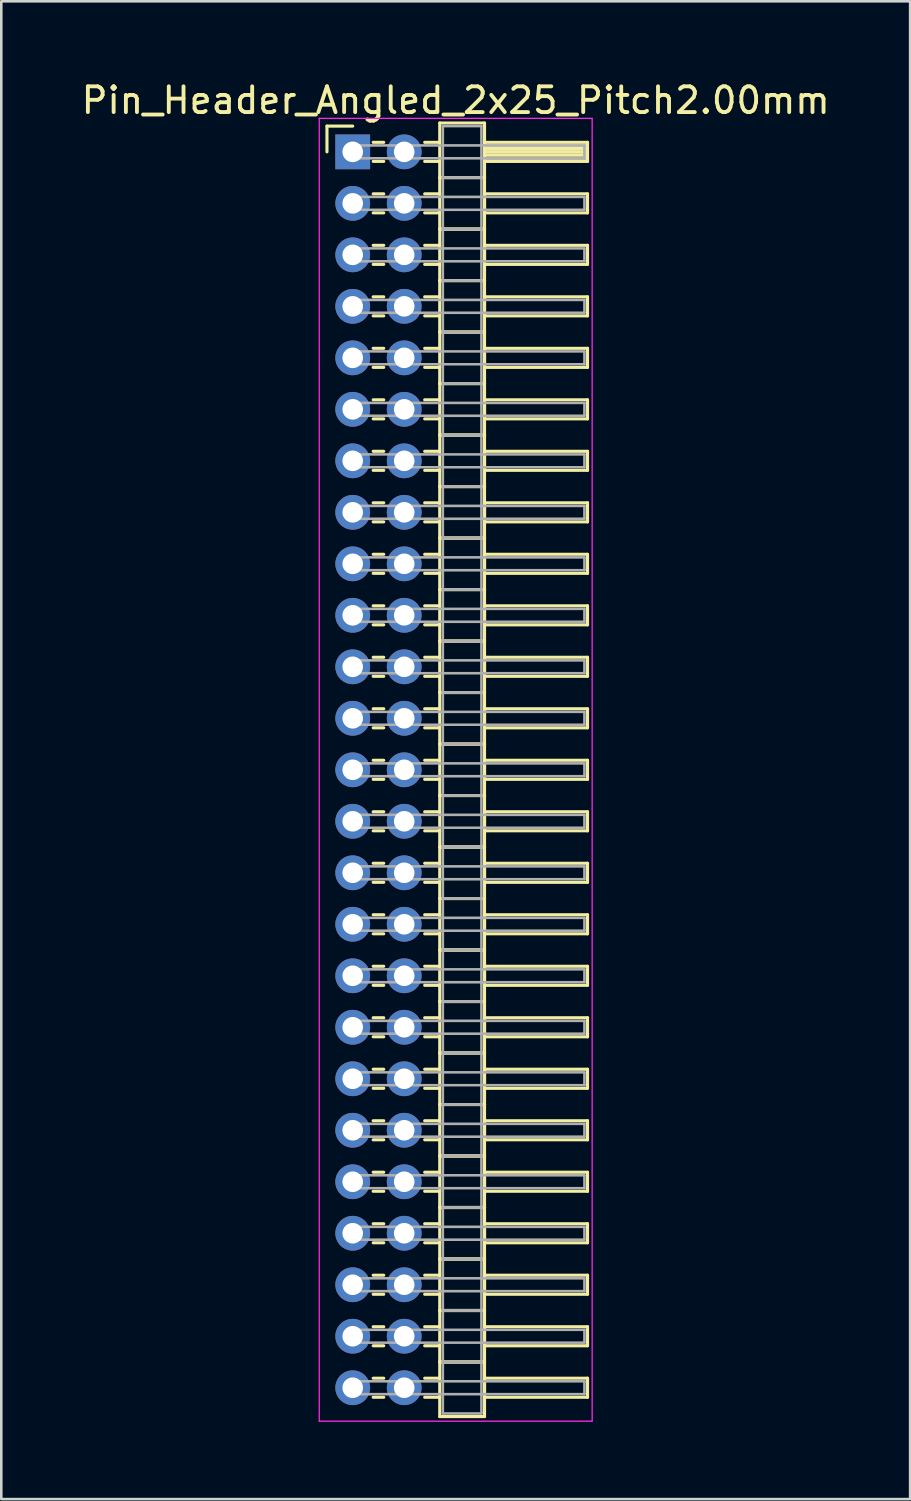
<source format=kicad_pcb>
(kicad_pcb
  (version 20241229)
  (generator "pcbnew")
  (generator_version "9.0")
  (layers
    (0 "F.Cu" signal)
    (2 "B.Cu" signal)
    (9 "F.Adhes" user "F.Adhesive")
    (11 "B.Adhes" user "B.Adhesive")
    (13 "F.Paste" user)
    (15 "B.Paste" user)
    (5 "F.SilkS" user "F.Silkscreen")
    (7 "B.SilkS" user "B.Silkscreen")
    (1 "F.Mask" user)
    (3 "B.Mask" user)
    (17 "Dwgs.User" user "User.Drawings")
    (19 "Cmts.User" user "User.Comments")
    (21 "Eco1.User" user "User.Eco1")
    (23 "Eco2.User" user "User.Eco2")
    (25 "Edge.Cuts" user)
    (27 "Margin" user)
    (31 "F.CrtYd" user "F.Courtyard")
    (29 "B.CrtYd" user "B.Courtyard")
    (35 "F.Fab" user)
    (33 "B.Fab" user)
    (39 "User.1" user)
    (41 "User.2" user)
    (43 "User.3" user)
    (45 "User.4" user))
  (footprint "Pin_Header_Angled_2x25_Pitch2.00mm"
    (layer "F.Cu")
    (at 10.649 2.848)
    (property "Reference" "Pin_Header_Angled_2x25_Pitch2.00mm" (at 4 -2 0) (layer "F.SilkS") (effects (font (size 1 1) (thickness 0.15))))
    (attr through_hole)
    (fp_line (start -1 -1) (end 0 -1) (stroke (width 0.12) (type solid)) (layer "F.SilkS"))
    (fp_line (start -1 0) (end -1 -1) (stroke (width 0.12) (type solid)) (layer "F.SilkS"))
    (fp_line (start 0.795 -0.37) (end 1.205 -0.37) (stroke (width 0.12) (type solid)) (layer "F.SilkS"))
    (fp_line (start 0.795 0.37) (end 1.205 0.37) (stroke (width 0.12) (type solid)) (layer "F.SilkS"))
    (fp_line (start 0.795 1.63) (end 1.205 1.63) (stroke (width 0.12) (type solid)) (layer "F.SilkS"))
    (fp_line (start 0.795 2.37) (end 1.205 2.37) (stroke (width 0.12) (type solid)) (layer "F.SilkS"))
    (fp_line (start 0.795 3.63) (end 1.205 3.63) (stroke (width 0.12) (type solid)) (layer "F.SilkS"))
    (fp_line (start 0.795 4.37) (end 1.205 4.37) (stroke (width 0.12) (type solid)) (layer "F.SilkS"))
    (fp_line (start 0.795 5.63) (end 1.205 5.63) (stroke (width 0.12) (type solid)) (layer "F.SilkS"))
    (fp_line (start 0.795 6.37) (end 1.205 6.37) (stroke (width 0.12) (type solid)) (layer "F.SilkS"))
    (fp_line (start 0.795 7.63) (end 1.205 7.63) (stroke (width 0.12) (type solid)) (layer "F.SilkS"))
    (fp_line (start 0.795 8.37) (end 1.205 8.37) (stroke (width 0.12) (type solid)) (layer "F.SilkS"))
    (fp_line (start 0.795 9.63) (end 1.205 9.63) (stroke (width 0.12) (type solid)) (layer "F.SilkS"))
    (fp_line (start 0.795 10.37) (end 1.205 10.37) (stroke (width 0.12) (type solid)) (layer "F.SilkS"))
    (fp_line (start 0.795 11.63) (end 1.205 11.63) (stroke (width 0.12) (type solid)) (layer "F.SilkS"))
    (fp_line (start 0.795 12.37) (end 1.205 12.37) (stroke (width 0.12) (type solid)) (layer "F.SilkS"))
    (fp_line (start 0.795 13.63) (end 1.205 13.63) (stroke (width 0.12) (type solid)) (layer "F.SilkS"))
    (fp_line (start 0.795 14.37) (end 1.205 14.37) (stroke (width 0.12) (type solid)) (layer "F.SilkS"))
    (fp_line (start 0.795 15.63) (end 1.205 15.63) (stroke (width 0.12) (type solid)) (layer "F.SilkS"))
    (fp_line (start 0.795 16.37) (end 1.205 16.37) (stroke (width 0.12) (type solid)) (layer "F.SilkS"))
    (fp_line (start 0.795 17.63) (end 1.205 17.63) (stroke (width 0.12) (type solid)) (layer "F.SilkS"))
    (fp_line (start 0.795 18.37) (end 1.205 18.37) (stroke (width 0.12) (type solid)) (layer "F.SilkS"))
    (fp_line (start 0.795 19.63) (end 1.205 19.63) (stroke (width 0.12) (type solid)) (layer "F.SilkS"))
    (fp_line (start 0.795 20.37) (end 1.205 20.37) (stroke (width 0.12) (type solid)) (layer "F.SilkS"))
    (fp_line (start 0.795 21.63) (end 1.205 21.63) (stroke (width 0.12) (type solid)) (layer "F.SilkS"))
    (fp_line (start 0.795 22.37) (end 1.205 22.37) (stroke (width 0.12) (type solid)) (layer "F.SilkS"))
    (fp_line (start 0.795 23.63) (end 1.205 23.63) (stroke (width 0.12) (type solid)) (layer "F.SilkS"))
    (fp_line (start 0.795 24.37) (end 1.205 24.37) (stroke (width 0.12) (type solid)) (layer "F.SilkS"))
    (fp_line (start 0.795 25.63) (end 1.205 25.63) (stroke (width 0.12) (type solid)) (layer "F.SilkS"))
    (fp_line (start 0.795 26.37) (end 1.205 26.37) (stroke (width 0.12) (type solid)) (layer "F.SilkS"))
    (fp_line (start 0.795 27.63) (end 1.205 27.63) (stroke (width 0.12) (type solid)) (layer "F.SilkS"))
    (fp_line (start 0.795 28.37) (end 1.205 28.37) (stroke (width 0.12) (type solid)) (layer "F.SilkS"))
    (fp_line (start 0.795 29.63) (end 1.205 29.63) (stroke (width 0.12) (type solid)) (layer "F.SilkS"))
    (fp_line (start 0.795 30.37) (end 1.205 30.37) (stroke (width 0.12) (type solid)) (layer "F.SilkS"))
    (fp_line (start 0.795 31.63) (end 1.205 31.63) (stroke (width 0.12) (type solid)) (layer "F.SilkS"))
    (fp_line (start 0.795 32.37) (end 1.205 32.37) (stroke (width 0.12) (type solid)) (layer "F.SilkS"))
    (fp_line (start 0.795 33.63) (end 1.205 33.63) (stroke (width 0.12) (type solid)) (layer "F.SilkS"))
    (fp_line (start 0.795 34.37) (end 1.205 34.37) (stroke (width 0.12) (type solid)) (layer "F.SilkS"))
    (fp_line (start 0.795 35.63) (end 1.205 35.63) (stroke (width 0.12) (type solid)) (layer "F.SilkS"))
    (fp_line (start 0.795 36.37) (end 1.205 36.37) (stroke (width 0.12) (type solid)) (layer "F.SilkS"))
    (fp_line (start 0.795 37.63) (end 1.205 37.63) (stroke (width 0.12) (type solid)) (layer "F.SilkS"))
    (fp_line (start 0.795 38.37) (end 1.205 38.37) (stroke (width 0.12) (type solid)) (layer "F.SilkS"))
    (fp_line (start 0.795 39.63) (end 1.205 39.63) (stroke (width 0.12) (type solid)) (layer "F.SilkS"))
    (fp_line (start 0.795 40.37) (end 1.205 40.37) (stroke (width 0.12) (type solid)) (layer "F.SilkS"))
    (fp_line (start 0.795 41.63) (end 1.205 41.63) (stroke (width 0.12) (type solid)) (layer "F.SilkS"))
    (fp_line (start 0.795 42.37) (end 1.205 42.37) (stroke (width 0.12) (type solid)) (layer "F.SilkS"))
    (fp_line (start 0.795 43.63) (end 1.205 43.63) (stroke (width 0.12) (type solid)) (layer "F.SilkS"))
    (fp_line (start 0.795 44.37) (end 1.205 44.37) (stroke (width 0.12) (type solid)) (layer "F.SilkS"))
    (fp_line (start 0.795 45.63) (end 1.205 45.63) (stroke (width 0.12) (type solid)) (layer "F.SilkS"))
    (fp_line (start 0.795 46.37) (end 1.205 46.37) (stroke (width 0.12) (type solid)) (layer "F.SilkS"))
    (fp_line (start 0.795 47.63) (end 1.205 47.63) (stroke (width 0.12) (type solid)) (layer "F.SilkS"))
    (fp_line (start 0.795 48.37) (end 1.205 48.37) (stroke (width 0.12) (type solid)) (layer "F.SilkS"))
    (fp_line (start 2.795 -0.37) (end 3.38 -0.37) (stroke (width 0.12) (type solid)) (layer "F.SilkS"))
    (fp_line (start 2.795 0.37) (end 3.38 0.37) (stroke (width 0.12) (type solid)) (layer "F.SilkS"))
    (fp_line (start 2.795 1.63) (end 3.38 1.63) (stroke (width 0.12) (type solid)) (layer "F.SilkS"))
    (fp_line (start 2.795 2.37) (end 3.38 2.37) (stroke (width 0.12) (type solid)) (layer "F.SilkS"))
    (fp_line (start 2.795 3.63) (end 3.38 3.63) (stroke (width 0.12) (type solid)) (layer "F.SilkS"))
    (fp_line (start 2.795 4.37) (end 3.38 4.37) (stroke (width 0.12) (type solid)) (layer "F.SilkS"))
    (fp_line (start 2.795 5.63) (end 3.38 5.63) (stroke (width 0.12) (type solid)) (layer "F.SilkS"))
    (fp_line (start 2.795 6.37) (end 3.38 6.37) (stroke (width 0.12) (type solid)) (layer "F.SilkS"))
    (fp_line (start 2.795 7.63) (end 3.38 7.63) (stroke (width 0.12) (type solid)) (layer "F.SilkS"))
    (fp_line (start 2.795 8.37) (end 3.38 8.37) (stroke (width 0.12) (type solid)) (layer "F.SilkS"))
    (fp_line (start 2.795 9.63) (end 3.38 9.63) (stroke (width 0.12) (type solid)) (layer "F.SilkS"))
    (fp_line (start 2.795 10.37) (end 3.38 10.37) (stroke (width 0.12) (type solid)) (layer "F.SilkS"))
    (fp_line (start 2.795 11.63) (end 3.38 11.63) (stroke (width 0.12) (type solid)) (layer "F.SilkS"))
    (fp_line (start 2.795 12.37) (end 3.38 12.37) (stroke (width 0.12) (type solid)) (layer "F.SilkS"))
    (fp_line (start 2.795 13.63) (end 3.38 13.63) (stroke (width 0.12) (type solid)) (layer "F.SilkS"))
    (fp_line (start 2.795 14.37) (end 3.38 14.37) (stroke (width 0.12) (type solid)) (layer "F.SilkS"))
    (fp_line (start 2.795 15.63) (end 3.38 15.63) (stroke (width 0.12) (type solid)) (layer "F.SilkS"))
    (fp_line (start 2.795 16.37) (end 3.38 16.37) (stroke (width 0.12) (type solid)) (layer "F.SilkS"))
    (fp_line (start 2.795 17.63) (end 3.38 17.63) (stroke (width 0.12) (type solid)) (layer "F.SilkS"))
    (fp_line (start 2.795 18.37) (end 3.38 18.37) (stroke (width 0.12) (type solid)) (layer "F.SilkS"))
    (fp_line (start 2.795 19.63) (end 3.38 19.63) (stroke (width 0.12) (type solid)) (layer "F.SilkS"))
    (fp_line (start 2.795 20.37) (end 3.38 20.37) (stroke (width 0.12) (type solid)) (layer "F.SilkS"))
    (fp_line (start 2.795 21.63) (end 3.38 21.63) (stroke (width 0.12) (type solid)) (layer "F.SilkS"))
    (fp_line (start 2.795 22.37) (end 3.38 22.37) (stroke (width 0.12) (type solid)) (layer "F.SilkS"))
    (fp_line (start 2.795 23.63) (end 3.38 23.63) (stroke (width 0.12) (type solid)) (layer "F.SilkS"))
    (fp_line (start 2.795 24.37) (end 3.38 24.37) (stroke (width 0.12) (type solid)) (layer "F.SilkS"))
    (fp_line (start 2.795 25.63) (end 3.38 25.63) (stroke (width 0.12) (type solid)) (layer "F.SilkS"))
    (fp_line (start 2.795 26.37) (end 3.38 26.37) (stroke (width 0.12) (type solid)) (layer "F.SilkS"))
    (fp_line (start 2.795 27.63) (end 3.38 27.63) (stroke (width 0.12) (type solid)) (layer "F.SilkS"))
    (fp_line (start 2.795 28.37) (end 3.38 28.37) (stroke (width 0.12) (type solid)) (layer "F.SilkS"))
    (fp_line (start 2.795 29.63) (end 3.38 29.63) (stroke (width 0.12) (type solid)) (layer "F.SilkS"))
    (fp_line (start 2.795 30.37) (end 3.38 30.37) (stroke (width 0.12) (type solid)) (layer "F.SilkS"))
    (fp_line (start 2.795 31.63) (end 3.38 31.63) (stroke (width 0.12) (type solid)) (layer "F.SilkS"))
    (fp_line (start 2.795 32.37) (end 3.38 32.37) (stroke (width 0.12) (type solid)) (layer "F.SilkS"))
    (fp_line (start 2.795 33.63) (end 3.38 33.63) (stroke (width 0.12) (type solid)) (layer "F.SilkS"))
    (fp_line (start 2.795 34.37) (end 3.38 34.37) (stroke (width 0.12) (type solid)) (layer "F.SilkS"))
    (fp_line (start 2.795 35.63) (end 3.38 35.63) (stroke (width 0.12) (type solid)) (layer "F.SilkS"))
    (fp_line (start 2.795 36.37) (end 3.38 36.37) (stroke (width 0.12) (type solid)) (layer "F.SilkS"))
    (fp_line (start 2.795 37.63) (end 3.38 37.63) (stroke (width 0.12) (type solid)) (layer "F.SilkS"))
    (fp_line (start 2.795 38.37) (end 3.38 38.37) (stroke (width 0.12) (type solid)) (layer "F.SilkS"))
    (fp_line (start 2.795 39.63) (end 3.38 39.63) (stroke (width 0.12) (type solid)) (layer "F.SilkS"))
    (fp_line (start 2.795 40.37) (end 3.38 40.37) (stroke (width 0.12) (type solid)) (layer "F.SilkS"))
    (fp_line (start 2.795 41.63) (end 3.38 41.63) (stroke (width 0.12) (type solid)) (layer "F.SilkS"))
    (fp_line (start 2.795 42.37) (end 3.38 42.37) (stroke (width 0.12) (type solid)) (layer "F.SilkS"))
    (fp_line (start 2.795 43.63) (end 3.38 43.63) (stroke (width 0.12) (type solid)) (layer "F.SilkS"))
    (fp_line (start 2.795 44.37) (end 3.38 44.37) (stroke (width 0.12) (type solid)) (layer "F.SilkS"))
    (fp_line (start 2.795 45.63) (end 3.38 45.63) (stroke (width 0.12) (type solid)) (layer "F.SilkS"))
    (fp_line (start 2.795 46.37) (end 3.38 46.37) (stroke (width 0.12) (type solid)) (layer "F.SilkS"))
    (fp_line (start 2.795 47.63) (end 3.38 47.63) (stroke (width 0.12) (type solid)) (layer "F.SilkS"))
    (fp_line (start 2.795 48.37) (end 3.38 48.37) (stroke (width 0.12) (type solid)) (layer "F.SilkS"))
    (fp_line (start 3.38 -1.12) (end 3.38 1) (stroke (width 0.12) (type solid)) (layer "F.SilkS"))
    (fp_line (start 3.38 1) (end 3.38 3) (stroke (width 0.12) (type solid)) (layer "F.SilkS"))
    (fp_line (start 3.38 1) (end 5.12 1) (stroke (width 0.12) (type solid)) (layer "F.SilkS"))
    (fp_line (start 3.38 3) (end 3.38 5) (stroke (width 0.12) (type solid)) (layer "F.SilkS"))
    (fp_line (start 3.38 3) (end 5.12 3) (stroke (width 0.12) (type solid)) (layer "F.SilkS"))
    (fp_line (start 3.38 5) (end 3.38 7) (stroke (width 0.12) (type solid)) (layer "F.SilkS"))
    (fp_line (start 3.38 5) (end 5.12 5) (stroke (width 0.12) (type solid)) (layer "F.SilkS"))
    (fp_line (start 3.38 7) (end 3.38 9) (stroke (width 0.12) (type solid)) (layer "F.SilkS"))
    (fp_line (start 3.38 7) (end 5.12 7) (stroke (width 0.12) (type solid)) (layer "F.SilkS"))
    (fp_line (start 3.38 9) (end 3.38 11) (stroke (width 0.12) (type solid)) (layer "F.SilkS"))
    (fp_line (start 3.38 9) (end 5.12 9) (stroke (width 0.12) (type solid)) (layer "F.SilkS"))
    (fp_line (start 3.38 11) (end 3.38 13) (stroke (width 0.12) (type solid)) (layer "F.SilkS"))
    (fp_line (start 3.38 11) (end 5.12 11) (stroke (width 0.12) (type solid)) (layer "F.SilkS"))
    (fp_line (start 3.38 13) (end 3.38 15) (stroke (width 0.12) (type solid)) (layer "F.SilkS"))
    (fp_line (start 3.38 13) (end 5.12 13) (stroke (width 0.12) (type solid)) (layer "F.SilkS"))
    (fp_line (start 3.38 15) (end 3.38 17) (stroke (width 0.12) (type solid)) (layer "F.SilkS"))
    (fp_line (start 3.38 15) (end 5.12 15) (stroke (width 0.12) (type solid)) (layer "F.SilkS"))
    (fp_line (start 3.38 17) (end 3.38 19) (stroke (width 0.12) (type solid)) (layer "F.SilkS"))
    (fp_line (start 3.38 17) (end 5.12 17) (stroke (width 0.12) (type solid)) (layer "F.SilkS"))
    (fp_line (start 3.38 19) (end 3.38 21) (stroke (width 0.12) (type solid)) (layer "F.SilkS"))
    (fp_line (start 3.38 19) (end 5.12 19) (stroke (width 0.12) (type solid)) (layer "F.SilkS"))
    (fp_line (start 3.38 21) (end 3.38 23) (stroke (width 0.12) (type solid)) (layer "F.SilkS"))
    (fp_line (start 3.38 21) (end 5.12 21) (stroke (width 0.12) (type solid)) (layer "F.SilkS"))
    (fp_line (start 3.38 23) (end 3.38 25) (stroke (width 0.12) (type solid)) (layer "F.SilkS"))
    (fp_line (start 3.38 23) (end 5.12 23) (stroke (width 0.12) (type solid)) (layer "F.SilkS"))
    (fp_line (start 3.38 25) (end 3.38 27) (stroke (width 0.12) (type solid)) (layer "F.SilkS"))
    (fp_line (start 3.38 25) (end 5.12 25) (stroke (width 0.12) (type solid)) (layer "F.SilkS"))
    (fp_line (start 3.38 27) (end 3.38 29) (stroke (width 0.12) (type solid)) (layer "F.SilkS"))
    (fp_line (start 3.38 27) (end 5.12 27) (stroke (width 0.12) (type solid)) (layer "F.SilkS"))
    (fp_line (start 3.38 29) (end 3.38 31) (stroke (width 0.12) (type solid)) (layer "F.SilkS"))
    (fp_line (start 3.38 29) (end 5.12 29) (stroke (width 0.12) (type solid)) (layer "F.SilkS"))
    (fp_line (start 3.38 31) (end 3.38 33) (stroke (width 0.12) (type solid)) (layer "F.SilkS"))
    (fp_line (start 3.38 31) (end 5.12 31) (stroke (width 0.12) (type solid)) (layer "F.SilkS"))
    (fp_line (start 3.38 33) (end 3.38 35) (stroke (width 0.12) (type solid)) (layer "F.SilkS"))
    (fp_line (start 3.38 33) (end 5.12 33) (stroke (width 0.12) (type solid)) (layer "F.SilkS"))
    (fp_line (start 3.38 35) (end 3.38 37) (stroke (width 0.12) (type solid)) (layer "F.SilkS"))
    (fp_line (start 3.38 35) (end 5.12 35) (stroke (width 0.12) (type solid)) (layer "F.SilkS"))
    (fp_line (start 3.38 37) (end 3.38 39) (stroke (width 0.12) (type solid)) (layer "F.SilkS"))
    (fp_line (start 3.38 37) (end 5.12 37) (stroke (width 0.12) (type solid)) (layer "F.SilkS"))
    (fp_line (start 3.38 39) (end 3.38 41) (stroke (width 0.12) (type solid)) (layer "F.SilkS"))
    (fp_line (start 3.38 39) (end 5.12 39) (stroke (width 0.12) (type solid)) (layer "F.SilkS"))
    (fp_line (start 3.38 41) (end 3.38 43) (stroke (width 0.12) (type solid)) (layer "F.SilkS"))
    (fp_line (start 3.38 41) (end 5.12 41) (stroke (width 0.12) (type solid)) (layer "F.SilkS"))
    (fp_line (start 3.38 43) (end 3.38 45) (stroke (width 0.12) (type solid)) (layer "F.SilkS"))
    (fp_line (start 3.38 43) (end 5.12 43) (stroke (width 0.12) (type solid)) (layer "F.SilkS"))
    (fp_line (start 3.38 45) (end 3.38 47) (stroke (width 0.12) (type solid)) (layer "F.SilkS"))
    (fp_line (start 3.38 45) (end 5.12 45) (stroke (width 0.12) (type solid)) (layer "F.SilkS"))
    (fp_line (start 3.38 47) (end 3.38 49.12) (stroke (width 0.12) (type solid)) (layer "F.SilkS"))
    (fp_line (start 3.38 47) (end 5.12 47) (stroke (width 0.12) (type solid)) (layer "F.SilkS"))
    (fp_line (start 3.38 49.12) (end 5.12 49.12) (stroke (width 0.12) (type solid)) (layer "F.SilkS"))
    (fp_line (start 5.12 -1.12) (end 3.38 -1.12) (stroke (width 0.12) (type solid)) (layer "F.SilkS"))
    (fp_line (start 5.12 -0.37) (end 5.12 0.37) (stroke (width 0.12) (type solid)) (layer "F.SilkS"))
    (fp_line (start 5.12 -0.25) (end 9.12 -0.25) (stroke (width 0.12) (type solid)) (layer "F.SilkS"))
    (fp_line (start 5.12 -0.13) (end 9.12 -0.13) (stroke (width 0.12) (type solid)) (layer "F.SilkS"))
    (fp_line (start 5.12 -0.01) (end 9.12 -0.01) (stroke (width 0.12) (type solid)) (layer "F.SilkS"))
    (fp_line (start 5.12 0.11) (end 9.12 0.11) (stroke (width 0.12) (type solid)) (layer "F.SilkS"))
    (fp_line (start 5.12 0.23) (end 9.12 0.23) (stroke (width 0.12) (type solid)) (layer "F.SilkS"))
    (fp_line (start 5.12 0.35) (end 9.12 0.35) (stroke (width 0.12) (type solid)) (layer "F.SilkS"))
    (fp_line (start 5.12 0.37) (end 9.12 0.37) (stroke (width 0.12) (type solid)) (layer "F.SilkS"))
    (fp_line (start 5.12 1) (end 3.38 1) (stroke (width 0.12) (type solid)) (layer "F.SilkS"))
    (fp_line (start 5.12 1) (end 5.12 -1.12) (stroke (width 0.12) (type solid)) (layer "F.SilkS"))
    (fp_line (start 5.12 1.63) (end 5.12 2.37) (stroke (width 0.12) (type solid)) (layer "F.SilkS"))
    (fp_line (start 5.12 2.37) (end 9.12 2.37) (stroke (width 0.12) (type solid)) (layer "F.SilkS"))
    (fp_line (start 5.12 3) (end 3.38 3) (stroke (width 0.12) (type solid)) (layer "F.SilkS"))
    (fp_line (start 5.12 3) (end 5.12 1) (stroke (width 0.12) (type solid)) (layer "F.SilkS"))
    (fp_line (start 5.12 3.63) (end 5.12 4.37) (stroke (width 0.12) (type solid)) (layer "F.SilkS"))
    (fp_line (start 5.12 4.37) (end 9.12 4.37) (stroke (width 0.12) (type solid)) (layer "F.SilkS"))
    (fp_line (start 5.12 5) (end 3.38 5) (stroke (width 0.12) (type solid)) (layer "F.SilkS"))
    (fp_line (start 5.12 5) (end 5.12 3) (stroke (width 0.12) (type solid)) (layer "F.SilkS"))
    (fp_line (start 5.12 5.63) (end 5.12 6.37) (stroke (width 0.12) (type solid)) (layer "F.SilkS"))
    (fp_line (start 5.12 6.37) (end 9.12 6.37) (stroke (width 0.12) (type solid)) (layer "F.SilkS"))
    (fp_line (start 5.12 7) (end 3.38 7) (stroke (width 0.12) (type solid)) (layer "F.SilkS"))
    (fp_line (start 5.12 7) (end 5.12 5) (stroke (width 0.12) (type solid)) (layer "F.SilkS"))
    (fp_line (start 5.12 7.63) (end 5.12 8.37) (stroke (width 0.12) (type solid)) (layer "F.SilkS"))
    (fp_line (start 5.12 8.37) (end 9.12 8.37) (stroke (width 0.12) (type solid)) (layer "F.SilkS"))
    (fp_line (start 5.12 9) (end 3.38 9) (stroke (width 0.12) (type solid)) (layer "F.SilkS"))
    (fp_line (start 5.12 9) (end 5.12 7) (stroke (width 0.12) (type solid)) (layer "F.SilkS"))
    (fp_line (start 5.12 9.63) (end 5.12 10.37) (stroke (width 0.12) (type solid)) (layer "F.SilkS"))
    (fp_line (start 5.12 10.37) (end 9.12 10.37) (stroke (width 0.12) (type solid)) (layer "F.SilkS"))
    (fp_line (start 5.12 11) (end 3.38 11) (stroke (width 0.12) (type solid)) (layer "F.SilkS"))
    (fp_line (start 5.12 11) (end 5.12 9) (stroke (width 0.12) (type solid)) (layer "F.SilkS"))
    (fp_line (start 5.12 11.63) (end 5.12 12.37) (stroke (width 0.12) (type solid)) (layer "F.SilkS"))
    (fp_line (start 5.12 12.37) (end 9.12 12.37) (stroke (width 0.12) (type solid)) (layer "F.SilkS"))
    (fp_line (start 5.12 13) (end 3.38 13) (stroke (width 0.12) (type solid)) (layer "F.SilkS"))
    (fp_line (start 5.12 13) (end 5.12 11) (stroke (width 0.12) (type solid)) (layer "F.SilkS"))
    (fp_line (start 5.12 13.63) (end 5.12 14.37) (stroke (width 0.12) (type solid)) (layer "F.SilkS"))
    (fp_line (start 5.12 14.37) (end 9.12 14.37) (stroke (width 0.12) (type solid)) (layer "F.SilkS"))
    (fp_line (start 5.12 15) (end 3.38 15) (stroke (width 0.12) (type solid)) (layer "F.SilkS"))
    (fp_line (start 5.12 15) (end 5.12 13) (stroke (width 0.12) (type solid)) (layer "F.SilkS"))
    (fp_line (start 5.12 15.63) (end 5.12 16.37) (stroke (width 0.12) (type solid)) (layer "F.SilkS"))
    (fp_line (start 5.12 16.37) (end 9.12 16.37) (stroke (width 0.12) (type solid)) (layer "F.SilkS"))
    (fp_line (start 5.12 17) (end 3.38 17) (stroke (width 0.12) (type solid)) (layer "F.SilkS"))
    (fp_line (start 5.12 17) (end 5.12 15) (stroke (width 0.12) (type solid)) (layer "F.SilkS"))
    (fp_line (start 5.12 17.63) (end 5.12 18.37) (stroke (width 0.12) (type solid)) (layer "F.SilkS"))
    (fp_line (start 5.12 18.37) (end 9.12 18.37) (stroke (width 0.12) (type solid)) (layer "F.SilkS"))
    (fp_line (start 5.12 19) (end 3.38 19) (stroke (width 0.12) (type solid)) (layer "F.SilkS"))
    (fp_line (start 5.12 19) (end 5.12 17) (stroke (width 0.12) (type solid)) (layer "F.SilkS"))
    (fp_line (start 5.12 19.63) (end 5.12 20.37) (stroke (width 0.12) (type solid)) (layer "F.SilkS"))
    (fp_line (start 5.12 20.37) (end 9.12 20.37) (stroke (width 0.12) (type solid)) (layer "F.SilkS"))
    (fp_line (start 5.12 21) (end 3.38 21) (stroke (width 0.12) (type solid)) (layer "F.SilkS"))
    (fp_line (start 5.12 21) (end 5.12 19) (stroke (width 0.12) (type solid)) (layer "F.SilkS"))
    (fp_line (start 5.12 21.63) (end 5.12 22.37) (stroke (width 0.12) (type solid)) (layer "F.SilkS"))
    (fp_line (start 5.12 22.37) (end 9.12 22.37) (stroke (width 0.12) (type solid)) (layer "F.SilkS"))
    (fp_line (start 5.12 23) (end 3.38 23) (stroke (width 0.12) (type solid)) (layer "F.SilkS"))
    (fp_line (start 5.12 23) (end 5.12 21) (stroke (width 0.12) (type solid)) (layer "F.SilkS"))
    (fp_line (start 5.12 23.63) (end 5.12 24.37) (stroke (width 0.12) (type solid)) (layer "F.SilkS"))
    (fp_line (start 5.12 24.37) (end 9.12 24.37) (stroke (width 0.12) (type solid)) (layer "F.SilkS"))
    (fp_line (start 5.12 25) (end 3.38 25) (stroke (width 0.12) (type solid)) (layer "F.SilkS"))
    (fp_line (start 5.12 25) (end 5.12 23) (stroke (width 0.12) (type solid)) (layer "F.SilkS"))
    (fp_line (start 5.12 25.63) (end 5.12 26.37) (stroke (width 0.12) (type solid)) (layer "F.SilkS"))
    (fp_line (start 5.12 26.37) (end 9.12 26.37) (stroke (width 0.12) (type solid)) (layer "F.SilkS"))
    (fp_line (start 5.12 27) (end 3.38 27) (stroke (width 0.12) (type solid)) (layer "F.SilkS"))
    (fp_line (start 5.12 27) (end 5.12 25) (stroke (width 0.12) (type solid)) (layer "F.SilkS"))
    (fp_line (start 5.12 27.63) (end 5.12 28.37) (stroke (width 0.12) (type solid)) (layer "F.SilkS"))
    (fp_line (start 5.12 28.37) (end 9.12 28.37) (stroke (width 0.12) (type solid)) (layer "F.SilkS"))
    (fp_line (start 5.12 29) (end 3.38 29) (stroke (width 0.12) (type solid)) (layer "F.SilkS"))
    (fp_line (start 5.12 29) (end 5.12 27) (stroke (width 0.12) (type solid)) (layer "F.SilkS"))
    (fp_line (start 5.12 29.63) (end 5.12 30.37) (stroke (width 0.12) (type solid)) (layer "F.SilkS"))
    (fp_line (start 5.12 30.37) (end 9.12 30.37) (stroke (width 0.12) (type solid)) (layer "F.SilkS"))
    (fp_line (start 5.12 31) (end 3.38 31) (stroke (width 0.12) (type solid)) (layer "F.SilkS"))
    (fp_line (start 5.12 31) (end 5.12 29) (stroke (width 0.12) (type solid)) (layer "F.SilkS"))
    (fp_line (start 5.12 31.63) (end 5.12 32.37) (stroke (width 0.12) (type solid)) (layer "F.SilkS"))
    (fp_line (start 5.12 32.37) (end 9.12 32.37) (stroke (width 0.12) (type solid)) (layer "F.SilkS"))
    (fp_line (start 5.12 33) (end 3.38 33) (stroke (width 0.12) (type solid)) (layer "F.SilkS"))
    (fp_line (start 5.12 33) (end 5.12 31) (stroke (width 0.12) (type solid)) (layer "F.SilkS"))
    (fp_line (start 5.12 33.63) (end 5.12 34.37) (stroke (width 0.12) (type solid)) (layer "F.SilkS"))
    (fp_line (start 5.12 34.37) (end 9.12 34.37) (stroke (width 0.12) (type solid)) (layer "F.SilkS"))
    (fp_line (start 5.12 35) (end 3.38 35) (stroke (width 0.12) (type solid)) (layer "F.SilkS"))
    (fp_line (start 5.12 35) (end 5.12 33) (stroke (width 0.12) (type solid)) (layer "F.SilkS"))
    (fp_line (start 5.12 35.63) (end 5.12 36.37) (stroke (width 0.12) (type solid)) (layer "F.SilkS"))
    (fp_line (start 5.12 36.37) (end 9.12 36.37) (stroke (width 0.12) (type solid)) (layer "F.SilkS"))
    (fp_line (start 5.12 37) (end 3.38 37) (stroke (width 0.12) (type solid)) (layer "F.SilkS"))
    (fp_line (start 5.12 37) (end 5.12 35) (stroke (width 0.12) (type solid)) (layer "F.SilkS"))
    (fp_line (start 5.12 37.63) (end 5.12 38.37) (stroke (width 0.12) (type solid)) (layer "F.SilkS"))
    (fp_line (start 5.12 38.37) (end 9.12 38.37) (stroke (width 0.12) (type solid)) (layer "F.SilkS"))
    (fp_line (start 5.12 39) (end 3.38 39) (stroke (width 0.12) (type solid)) (layer "F.SilkS"))
    (fp_line (start 5.12 39) (end 5.12 37) (stroke (width 0.12) (type solid)) (layer "F.SilkS"))
    (fp_line (start 5.12 39.63) (end 5.12 40.37) (stroke (width 0.12) (type solid)) (layer "F.SilkS"))
    (fp_line (start 5.12 40.37) (end 9.12 40.37) (stroke (width 0.12) (type solid)) (layer "F.SilkS"))
    (fp_line (start 5.12 41) (end 3.38 41) (stroke (width 0.12) (type solid)) (layer "F.SilkS"))
    (fp_line (start 5.12 41) (end 5.12 39) (stroke (width 0.12) (type solid)) (layer "F.SilkS"))
    (fp_line (start 5.12 41.63) (end 5.12 42.37) (stroke (width 0.12) (type solid)) (layer "F.SilkS"))
    (fp_line (start 5.12 42.37) (end 9.12 42.37) (stroke (width 0.12) (type solid)) (layer "F.SilkS"))
    (fp_line (start 5.12 43) (end 3.38 43) (stroke (width 0.12) (type solid)) (layer "F.SilkS"))
    (fp_line (start 5.12 43) (end 5.12 41) (stroke (width 0.12) (type solid)) (layer "F.SilkS"))
    (fp_line (start 5.12 43.63) (end 5.12 44.37) (stroke (width 0.12) (type solid)) (layer "F.SilkS"))
    (fp_line (start 5.12 44.37) (end 9.12 44.37) (stroke (width 0.12) (type solid)) (layer "F.SilkS"))
    (fp_line (start 5.12 45) (end 3.38 45) (stroke (width 0.12) (type solid)) (layer "F.SilkS"))
    (fp_line (start 5.12 45) (end 5.12 43) (stroke (width 0.12) (type solid)) (layer "F.SilkS"))
    (fp_line (start 5.12 45.63) (end 5.12 46.37) (stroke (width 0.12) (type solid)) (layer "F.SilkS"))
    (fp_line (start 5.12 46.37) (end 9.12 46.37) (stroke (width 0.12) (type solid)) (layer "F.SilkS"))
    (fp_line (start 5.12 47) (end 3.38 47) (stroke (width 0.12) (type solid)) (layer "F.SilkS"))
    (fp_line (start 5.12 47) (end 5.12 45) (stroke (width 0.12) (type solid)) (layer "F.SilkS"))
    (fp_line (start 5.12 47.63) (end 5.12 48.37) (stroke (width 0.12) (type solid)) (layer "F.SilkS"))
    (fp_line (start 5.12 48.37) (end 9.12 48.37) (stroke (width 0.12) (type solid)) (layer "F.SilkS"))
    (fp_line (start 5.12 49.12) (end 5.12 47) (stroke (width 0.12) (type solid)) (layer "F.SilkS"))
    (fp_line (start 9.12 -0.37) (end 5.12 -0.37) (stroke (width 0.12) (type solid)) (layer "F.SilkS"))
    (fp_line (start 9.12 0.37) (end 9.12 -0.37) (stroke (width 0.12) (type solid)) (layer "F.SilkS"))
    (fp_line (start 9.12 1.63) (end 5.12 1.63) (stroke (width 0.12) (type solid)) (layer "F.SilkS"))
    (fp_line (start 9.12 2.37) (end 9.12 1.63) (stroke (width 0.12) (type solid)) (layer "F.SilkS"))
    (fp_line (start 9.12 3.63) (end 5.12 3.63) (stroke (width 0.12) (type solid)) (layer "F.SilkS"))
    (fp_line (start 9.12 4.37) (end 9.12 3.63) (stroke (width 0.12) (type solid)) (layer "F.SilkS"))
    (fp_line (start 9.12 5.63) (end 5.12 5.63) (stroke (width 0.12) (type solid)) (layer "F.SilkS"))
    (fp_line (start 9.12 6.37) (end 9.12 5.63) (stroke (width 0.12) (type solid)) (layer "F.SilkS"))
    (fp_line (start 9.12 7.63) (end 5.12 7.63) (stroke (width 0.12) (type solid)) (layer "F.SilkS"))
    (fp_line (start 9.12 8.37) (end 9.12 7.63) (stroke (width 0.12) (type solid)) (layer "F.SilkS"))
    (fp_line (start 9.12 9.63) (end 5.12 9.63) (stroke (width 0.12) (type solid)) (layer "F.SilkS"))
    (fp_line (start 9.12 10.37) (end 9.12 9.63) (stroke (width 0.12) (type solid)) (layer "F.SilkS"))
    (fp_line (start 9.12 11.63) (end 5.12 11.63) (stroke (width 0.12) (type solid)) (layer "F.SilkS"))
    (fp_line (start 9.12 12.37) (end 9.12 11.63) (stroke (width 0.12) (type solid)) (layer "F.SilkS"))
    (fp_line (start 9.12 13.63) (end 5.12 13.63) (stroke (width 0.12) (type solid)) (layer "F.SilkS"))
    (fp_line (start 9.12 14.37) (end 9.12 13.63) (stroke (width 0.12) (type solid)) (layer "F.SilkS"))
    (fp_line (start 9.12 15.63) (end 5.12 15.63) (stroke (width 0.12) (type solid)) (layer "F.SilkS"))
    (fp_line (start 9.12 16.37) (end 9.12 15.63) (stroke (width 0.12) (type solid)) (layer "F.SilkS"))
    (fp_line (start 9.12 17.63) (end 5.12 17.63) (stroke (width 0.12) (type solid)) (layer "F.SilkS"))
    (fp_line (start 9.12 18.37) (end 9.12 17.63) (stroke (width 0.12) (type solid)) (layer "F.SilkS"))
    (fp_line (start 9.12 19.63) (end 5.12 19.63) (stroke (width 0.12) (type solid)) (layer "F.SilkS"))
    (fp_line (start 9.12 20.37) (end 9.12 19.63) (stroke (width 0.12) (type solid)) (layer "F.SilkS"))
    (fp_line (start 9.12 21.63) (end 5.12 21.63) (stroke (width 0.12) (type solid)) (layer "F.SilkS"))
    (fp_line (start 9.12 22.37) (end 9.12 21.63) (stroke (width 0.12) (type solid)) (layer "F.SilkS"))
    (fp_line (start 9.12 23.63) (end 5.12 23.63) (stroke (width 0.12) (type solid)) (layer "F.SilkS"))
    (fp_line (start 9.12 24.37) (end 9.12 23.63) (stroke (width 0.12) (type solid)) (layer "F.SilkS"))
    (fp_line (start 9.12 25.63) (end 5.12 25.63) (stroke (width 0.12) (type solid)) (layer "F.SilkS"))
    (fp_line (start 9.12 26.37) (end 9.12 25.63) (stroke (width 0.12) (type solid)) (layer "F.SilkS"))
    (fp_line (start 9.12 27.63) (end 5.12 27.63) (stroke (width 0.12) (type solid)) (layer "F.SilkS"))
    (fp_line (start 9.12 28.37) (end 9.12 27.63) (stroke (width 0.12) (type solid)) (layer "F.SilkS"))
    (fp_line (start 9.12 29.63) (end 5.12 29.63) (stroke (width 0.12) (type solid)) (layer "F.SilkS"))
    (fp_line (start 9.12 30.37) (end 9.12 29.63) (stroke (width 0.12) (type solid)) (layer "F.SilkS"))
    (fp_line (start 9.12 31.63) (end 5.12 31.63) (stroke (width 0.12) (type solid)) (layer "F.SilkS"))
    (fp_line (start 9.12 32.37) (end 9.12 31.63) (stroke (width 0.12) (type solid)) (layer "F.SilkS"))
    (fp_line (start 9.12 33.63) (end 5.12 33.63) (stroke (width 0.12) (type solid)) (layer "F.SilkS"))
    (fp_line (start 9.12 34.37) (end 9.12 33.63) (stroke (width 0.12) (type solid)) (layer "F.SilkS"))
    (fp_line (start 9.12 35.63) (end 5.12 35.63) (stroke (width 0.12) (type solid)) (layer "F.SilkS"))
    (fp_line (start 9.12 36.37) (end 9.12 35.63) (stroke (width 0.12) (type solid)) (layer "F.SilkS"))
    (fp_line (start 9.12 37.63) (end 5.12 37.63) (stroke (width 0.12) (type solid)) (layer "F.SilkS"))
    (fp_line (start 9.12 38.37) (end 9.12 37.63) (stroke (width 0.12) (type solid)) (layer "F.SilkS"))
    (fp_line (start 9.12 39.63) (end 5.12 39.63) (stroke (width 0.12) (type solid)) (layer "F.SilkS"))
    (fp_line (start 9.12 40.37) (end 9.12 39.63) (stroke (width 0.12) (type solid)) (layer "F.SilkS"))
    (fp_line (start 9.12 41.63) (end 5.12 41.63) (stroke (width 0.12) (type solid)) (layer "F.SilkS"))
    (fp_line (start 9.12 42.37) (end 9.12 41.63) (stroke (width 0.12) (type solid)) (layer "F.SilkS"))
    (fp_line (start 9.12 43.63) (end 5.12 43.63) (stroke (width 0.12) (type solid)) (layer "F.SilkS"))
    (fp_line (start 9.12 44.37) (end 9.12 43.63) (stroke (width 0.12) (type solid)) (layer "F.SilkS"))
    (fp_line (start 9.12 45.63) (end 5.12 45.63) (stroke (width 0.12) (type solid)) (layer "F.SilkS"))
    (fp_line (start 9.12 46.37) (end 9.12 45.63) (stroke (width 0.12) (type solid)) (layer "F.SilkS"))
    (fp_line (start 9.12 47.63) (end 5.12 47.63) (stroke (width 0.12) (type solid)) (layer "F.SilkS"))
    (fp_line (start 9.12 48.37) (end 9.12 47.63) (stroke (width 0.12) (type solid)) (layer "F.SilkS"))
    (fp_line (start -1.3 -1.3) (end -1.3 49.3) (stroke (width 0.05) (type solid)) (layer "F.CrtYd"))
    (fp_line (start -1.3 49.3) (end 9.3 49.3) (stroke (width 0.05) (type solid)) (layer "F.CrtYd"))
    (fp_line (start 9.3 -1.3) (end -1.3 -1.3) (stroke (width 0.05) (type solid)) (layer "F.CrtYd"))
    (fp_line (start 9.3 49.3) (end 9.3 -1.3) (stroke (width 0.05) (type solid)) (layer "F.CrtYd"))
    (fp_line (start 0 -0.25) (end 0 0.25) (stroke (width 0.1) (type solid)) (layer "F.Fab"))
    (fp_line (start 0 0.25) (end 9 0.25) (stroke (width 0.1) (type solid)) (layer "F.Fab"))
    (fp_line (start 0 1.75) (end 0 2.25) (stroke (width 0.1) (type solid)) (layer "F.Fab"))
    (fp_line (start 0 2.25) (end 9 2.25) (stroke (width 0.1) (type solid)) (layer "F.Fab"))
    (fp_line (start 0 3.75) (end 0 4.25) (stroke (width 0.1) (type solid)) (layer "F.Fab"))
    (fp_line (start 0 4.25) (end 9 4.25) (stroke (width 0.1) (type solid)) (layer "F.Fab"))
    (fp_line (start 0 5.75) (end 0 6.25) (stroke (width 0.1) (type solid)) (layer "F.Fab"))
    (fp_line (start 0 6.25) (end 9 6.25) (stroke (width 0.1) (type solid)) (layer "F.Fab"))
    (fp_line (start 0 7.75) (end 0 8.25) (stroke (width 0.1) (type solid)) (layer "F.Fab"))
    (fp_line (start 0 8.25) (end 9 8.25) (stroke (width 0.1) (type solid)) (layer "F.Fab"))
    (fp_line (start 0 9.75) (end 0 10.25) (stroke (width 0.1) (type solid)) (layer "F.Fab"))
    (fp_line (start 0 10.25) (end 9 10.25) (stroke (width 0.1) (type solid)) (layer "F.Fab"))
    (fp_line (start 0 11.75) (end 0 12.25) (stroke (width 0.1) (type solid)) (layer "F.Fab"))
    (fp_line (start 0 12.25) (end 9 12.25) (stroke (width 0.1) (type solid)) (layer "F.Fab"))
    (fp_line (start 0 13.75) (end 0 14.25) (stroke (width 0.1) (type solid)) (layer "F.Fab"))
    (fp_line (start 0 14.25) (end 9 14.25) (stroke (width 0.1) (type solid)) (layer "F.Fab"))
    (fp_line (start 0 15.75) (end 0 16.25) (stroke (width 0.1) (type solid)) (layer "F.Fab"))
    (fp_line (start 0 16.25) (end 9 16.25) (stroke (width 0.1) (type solid)) (layer "F.Fab"))
    (fp_line (start 0 17.75) (end 0 18.25) (stroke (width 0.1) (type solid)) (layer "F.Fab"))
    (fp_line (start 0 18.25) (end 9 18.25) (stroke (width 0.1) (type solid)) (layer "F.Fab"))
    (fp_line (start 0 19.75) (end 0 20.25) (stroke (width 0.1) (type solid)) (layer "F.Fab"))
    (fp_line (start 0 20.25) (end 9 20.25) (stroke (width 0.1) (type solid)) (layer "F.Fab"))
    (fp_line (start 0 21.75) (end 0 22.25) (stroke (width 0.1) (type solid)) (layer "F.Fab"))
    (fp_line (start 0 22.25) (end 9 22.25) (stroke (width 0.1) (type solid)) (layer "F.Fab"))
    (fp_line (start 0 23.75) (end 0 24.25) (stroke (width 0.1) (type solid)) (layer "F.Fab"))
    (fp_line (start 0 24.25) (end 9 24.25) (stroke (width 0.1) (type solid)) (layer "F.Fab"))
    (fp_line (start 0 25.75) (end 0 26.25) (stroke (width 0.1) (type solid)) (layer "F.Fab"))
    (fp_line (start 0 26.25) (end 9 26.25) (stroke (width 0.1) (type solid)) (layer "F.Fab"))
    (fp_line (start 0 27.75) (end 0 28.25) (stroke (width 0.1) (type solid)) (layer "F.Fab"))
    (fp_line (start 0 28.25) (end 9 28.25) (stroke (width 0.1) (type solid)) (layer "F.Fab"))
    (fp_line (start 0 29.75) (end 0 30.25) (stroke (width 0.1) (type solid)) (layer "F.Fab"))
    (fp_line (start 0 30.25) (end 9 30.25) (stroke (width 0.1) (type solid)) (layer "F.Fab"))
    (fp_line (start 0 31.75) (end 0 32.25) (stroke (width 0.1) (type solid)) (layer "F.Fab"))
    (fp_line (start 0 32.25) (end 9 32.25) (stroke (width 0.1) (type solid)) (layer "F.Fab"))
    (fp_line (start 0 33.75) (end 0 34.25) (stroke (width 0.1) (type solid)) (layer "F.Fab"))
    (fp_line (start 0 34.25) (end 9 34.25) (stroke (width 0.1) (type solid)) (layer "F.Fab"))
    (fp_line (start 0 35.75) (end 0 36.25) (stroke (width 0.1) (type solid)) (layer "F.Fab"))
    (fp_line (start 0 36.25) (end 9 36.25) (stroke (width 0.1) (type solid)) (layer "F.Fab"))
    (fp_line (start 0 37.75) (end 0 38.25) (stroke (width 0.1) (type solid)) (layer "F.Fab"))
    (fp_line (start 0 38.25) (end 9 38.25) (stroke (width 0.1) (type solid)) (layer "F.Fab"))
    (fp_line (start 0 39.75) (end 0 40.25) (stroke (width 0.1) (type solid)) (layer "F.Fab"))
    (fp_line (start 0 40.25) (end 9 40.25) (stroke (width 0.1) (type solid)) (layer "F.Fab"))
    (fp_line (start 0 41.75) (end 0 42.25) (stroke (width 0.1) (type solid)) (layer "F.Fab"))
    (fp_line (start 0 42.25) (end 9 42.25) (stroke (width 0.1) (type solid)) (layer "F.Fab"))
    (fp_line (start 0 43.75) (end 0 44.25) (stroke (width 0.1) (type solid)) (layer "F.Fab"))
    (fp_line (start 0 44.25) (end 9 44.25) (stroke (width 0.1) (type solid)) (layer "F.Fab"))
    (fp_line (start 0 45.75) (end 0 46.25) (stroke (width 0.1) (type solid)) (layer "F.Fab"))
    (fp_line (start 0 46.25) (end 9 46.25) (stroke (width 0.1) (type solid)) (layer "F.Fab"))
    (fp_line (start 0 47.75) (end 0 48.25) (stroke (width 0.1) (type solid)) (layer "F.Fab"))
    (fp_line (start 0 48.25) (end 9 48.25) (stroke (width 0.1) (type solid)) (layer "F.Fab"))
    (fp_line (start 3.5 -1) (end 3.5 1) (stroke (width 0.1) (type solid)) (layer "F.Fab"))
    (fp_line (start 3.5 1) (end 3.5 3) (stroke (width 0.1) (type solid)) (layer "F.Fab"))
    (fp_line (start 3.5 1) (end 5 1) (stroke (width 0.1) (type solid)) (layer "F.Fab"))
    (fp_line (start 3.5 3) (end 3.5 5) (stroke (width 0.1) (type solid)) (layer "F.Fab"))
    (fp_line (start 3.5 3) (end 5 3) (stroke (width 0.1) (type solid)) (layer "F.Fab"))
    (fp_line (start 3.5 5) (end 3.5 7) (stroke (width 0.1) (type solid)) (layer "F.Fab"))
    (fp_line (start 3.5 5) (end 5 5) (stroke (width 0.1) (type solid)) (layer "F.Fab"))
    (fp_line (start 3.5 7) (end 3.5 9) (stroke (width 0.1) (type solid)) (layer "F.Fab"))
    (fp_line (start 3.5 7) (end 5 7) (stroke (width 0.1) (type solid)) (layer "F.Fab"))
    (fp_line (start 3.5 9) (end 3.5 11) (stroke (width 0.1) (type solid)) (layer "F.Fab"))
    (fp_line (start 3.5 9) (end 5 9) (stroke (width 0.1) (type solid)) (layer "F.Fab"))
    (fp_line (start 3.5 11) (end 3.5 13) (stroke (width 0.1) (type solid)) (layer "F.Fab"))
    (fp_line (start 3.5 11) (end 5 11) (stroke (width 0.1) (type solid)) (layer "F.Fab"))
    (fp_line (start 3.5 13) (end 3.5 15) (stroke (width 0.1) (type solid)) (layer "F.Fab"))
    (fp_line (start 3.5 13) (end 5 13) (stroke (width 0.1) (type solid)) (layer "F.Fab"))
    (fp_line (start 3.5 15) (end 3.5 17) (stroke (width 0.1) (type solid)) (layer "F.Fab"))
    (fp_line (start 3.5 15) (end 5 15) (stroke (width 0.1) (type solid)) (layer "F.Fab"))
    (fp_line (start 3.5 17) (end 3.5 19) (stroke (width 0.1) (type solid)) (layer "F.Fab"))
    (fp_line (start 3.5 17) (end 5 17) (stroke (width 0.1) (type solid)) (layer "F.Fab"))
    (fp_line (start 3.5 19) (end 3.5 21) (stroke (width 0.1) (type solid)) (layer "F.Fab"))
    (fp_line (start 3.5 19) (end 5 19) (stroke (width 0.1) (type solid)) (layer "F.Fab"))
    (fp_line (start 3.5 21) (end 3.5 23) (stroke (width 0.1) (type solid)) (layer "F.Fab"))
    (fp_line (start 3.5 21) (end 5 21) (stroke (width 0.1) (type solid)) (layer "F.Fab"))
    (fp_line (start 3.5 23) (end 3.5 25) (stroke (width 0.1) (type solid)) (layer "F.Fab"))
    (fp_line (start 3.5 23) (end 5 23) (stroke (width 0.1) (type solid)) (layer "F.Fab"))
    (fp_line (start 3.5 25) (end 3.5 27) (stroke (width 0.1) (type solid)) (layer "F.Fab"))
    (fp_line (start 3.5 25) (end 5 25) (stroke (width 0.1) (type solid)) (layer "F.Fab"))
    (fp_line (start 3.5 27) (end 3.5 29) (stroke (width 0.1) (type solid)) (layer "F.Fab"))
    (fp_line (start 3.5 27) (end 5 27) (stroke (width 0.1) (type solid)) (layer "F.Fab"))
    (fp_line (start 3.5 29) (end 3.5 31) (stroke (width 0.1) (type solid)) (layer "F.Fab"))
    (fp_line (start 3.5 29) (end 5 29) (stroke (width 0.1) (type solid)) (layer "F.Fab"))
    (fp_line (start 3.5 31) (end 3.5 33) (stroke (width 0.1) (type solid)) (layer "F.Fab"))
    (fp_line (start 3.5 31) (end 5 31) (stroke (width 0.1) (type solid)) (layer "F.Fab"))
    (fp_line (start 3.5 33) (end 3.5 35) (stroke (width 0.1) (type solid)) (layer "F.Fab"))
    (fp_line (start 3.5 33) (end 5 33) (stroke (width 0.1) (type solid)) (layer "F.Fab"))
    (fp_line (start 3.5 35) (end 3.5 37) (stroke (width 0.1) (type solid)) (layer "F.Fab"))
    (fp_line (start 3.5 35) (end 5 35) (stroke (width 0.1) (type solid)) (layer "F.Fab"))
    (fp_line (start 3.5 37) (end 3.5 39) (stroke (width 0.1) (type solid)) (layer "F.Fab"))
    (fp_line (start 3.5 37) (end 5 37) (stroke (width 0.1) (type solid)) (layer "F.Fab"))
    (fp_line (start 3.5 39) (end 3.5 41) (stroke (width 0.1) (type solid)) (layer "F.Fab"))
    (fp_line (start 3.5 39) (end 5 39) (stroke (width 0.1) (type solid)) (layer "F.Fab"))
    (fp_line (start 3.5 41) (end 3.5 43) (stroke (width 0.1) (type solid)) (layer "F.Fab"))
    (fp_line (start 3.5 41) (end 5 41) (stroke (width 0.1) (type solid)) (layer "F.Fab"))
    (fp_line (start 3.5 43) (end 3.5 45) (stroke (width 0.1) (type solid)) (layer "F.Fab"))
    (fp_line (start 3.5 43) (end 5 43) (stroke (width 0.1) (type solid)) (layer "F.Fab"))
    (fp_line (start 3.5 45) (end 3.5 47) (stroke (width 0.1) (type solid)) (layer "F.Fab"))
    (fp_line (start 3.5 45) (end 5 45) (stroke (width 0.1) (type solid)) (layer "F.Fab"))
    (fp_line (start 3.5 47) (end 3.5 49) (stroke (width 0.1) (type solid)) (layer "F.Fab"))
    (fp_line (start 3.5 47) (end 5 47) (stroke (width 0.1) (type solid)) (layer "F.Fab"))
    (fp_line (start 3.5 49) (end 5 49) (stroke (width 0.1) (type solid)) (layer "F.Fab"))
    (fp_line (start 5 -1) (end 3.5 -1) (stroke (width 0.1) (type solid)) (layer "F.Fab"))
    (fp_line (start 5 1) (end 3.5 1) (stroke (width 0.1) (type solid)) (layer "F.Fab"))
    (fp_line (start 5 1) (end 5 -1) (stroke (width 0.1) (type solid)) (layer "F.Fab"))
    (fp_line (start 5 3) (end 3.5 3) (stroke (width 0.1) (type solid)) (layer "F.Fab"))
    (fp_line (start 5 3) (end 5 1) (stroke (width 0.1) (type solid)) (layer "F.Fab"))
    (fp_line (start 5 5) (end 3.5 5) (stroke (width 0.1) (type solid)) (layer "F.Fab"))
    (fp_line (start 5 5) (end 5 3) (stroke (width 0.1) (type solid)) (layer "F.Fab"))
    (fp_line (start 5 7) (end 3.5 7) (stroke (width 0.1) (type solid)) (layer "F.Fab"))
    (fp_line (start 5 7) (end 5 5) (stroke (width 0.1) (type solid)) (layer "F.Fab"))
    (fp_line (start 5 9) (end 3.5 9) (stroke (width 0.1) (type solid)) (layer "F.Fab"))
    (fp_line (start 5 9) (end 5 7) (stroke (width 0.1) (type solid)) (layer "F.Fab"))
    (fp_line (start 5 11) (end 3.5 11) (stroke (width 0.1) (type solid)) (layer "F.Fab"))
    (fp_line (start 5 11) (end 5 9) (stroke (width 0.1) (type solid)) (layer "F.Fab"))
    (fp_line (start 5 13) (end 3.5 13) (stroke (width 0.1) (type solid)) (layer "F.Fab"))
    (fp_line (start 5 13) (end 5 11) (stroke (width 0.1) (type solid)) (layer "F.Fab"))
    (fp_line (start 5 15) (end 3.5 15) (stroke (width 0.1) (type solid)) (layer "F.Fab"))
    (fp_line (start 5 15) (end 5 13) (stroke (width 0.1) (type solid)) (layer "F.Fab"))
    (fp_line (start 5 17) (end 3.5 17) (stroke (width 0.1) (type solid)) (layer "F.Fab"))
    (fp_line (start 5 17) (end 5 15) (stroke (width 0.1) (type solid)) (layer "F.Fab"))
    (fp_line (start 5 19) (end 3.5 19) (stroke (width 0.1) (type solid)) (layer "F.Fab"))
    (fp_line (start 5 19) (end 5 17) (stroke (width 0.1) (type solid)) (layer "F.Fab"))
    (fp_line (start 5 21) (end 3.5 21) (stroke (width 0.1) (type solid)) (layer "F.Fab"))
    (fp_line (start 5 21) (end 5 19) (stroke (width 0.1) (type solid)) (layer "F.Fab"))
    (fp_line (start 5 23) (end 3.5 23) (stroke (width 0.1) (type solid)) (layer "F.Fab"))
    (fp_line (start 5 23) (end 5 21) (stroke (width 0.1) (type solid)) (layer "F.Fab"))
    (fp_line (start 5 25) (end 3.5 25) (stroke (width 0.1) (type solid)) (layer "F.Fab"))
    (fp_line (start 5 25) (end 5 23) (stroke (width 0.1) (type solid)) (layer "F.Fab"))
    (fp_line (start 5 27) (end 3.5 27) (stroke (width 0.1) (type solid)) (layer "F.Fab"))
    (fp_line (start 5 27) (end 5 25) (stroke (width 0.1) (type solid)) (layer "F.Fab"))
    (fp_line (start 5 29) (end 3.5 29) (stroke (width 0.1) (type solid)) (layer "F.Fab"))
    (fp_line (start 5 29) (end 5 27) (stroke (width 0.1) (type solid)) (layer "F.Fab"))
    (fp_line (start 5 31) (end 3.5 31) (stroke (width 0.1) (type solid)) (layer "F.Fab"))
    (fp_line (start 5 31) (end 5 29) (stroke (width 0.1) (type solid)) (layer "F.Fab"))
    (fp_line (start 5 33) (end 3.5 33) (stroke (width 0.1) (type solid)) (layer "F.Fab"))
    (fp_line (start 5 33) (end 5 31) (stroke (width 0.1) (type solid)) (layer "F.Fab"))
    (fp_line (start 5 35) (end 3.5 35) (stroke (width 0.1) (type solid)) (layer "F.Fab"))
    (fp_line (start 5 35) (end 5 33) (stroke (width 0.1) (type solid)) (layer "F.Fab"))
    (fp_line (start 5 37) (end 3.5 37) (stroke (width 0.1) (type solid)) (layer "F.Fab"))
    (fp_line (start 5 37) (end 5 35) (stroke (width 0.1) (type solid)) (layer "F.Fab"))
    (fp_line (start 5 39) (end 3.5 39) (stroke (width 0.1) (type solid)) (layer "F.Fab"))
    (fp_line (start 5 39) (end 5 37) (stroke (width 0.1) (type solid)) (layer "F.Fab"))
    (fp_line (start 5 41) (end 3.5 41) (stroke (width 0.1) (type solid)) (layer "F.Fab"))
    (fp_line (start 5 41) (end 5 39) (stroke (width 0.1) (type solid)) (layer "F.Fab"))
    (fp_line (start 5 43) (end 3.5 43) (stroke (width 0.1) (type solid)) (layer "F.Fab"))
    (fp_line (start 5 43) (end 5 41) (stroke (width 0.1) (type solid)) (layer "F.Fab"))
    (fp_line (start 5 45) (end 3.5 45) (stroke (width 0.1) (type solid)) (layer "F.Fab"))
    (fp_line (start 5 45) (end 5 43) (stroke (width 0.1) (type solid)) (layer "F.Fab"))
    (fp_line (start 5 47) (end 3.5 47) (stroke (width 0.1) (type solid)) (layer "F.Fab"))
    (fp_line (start 5 47) (end 5 45) (stroke (width 0.1) (type solid)) (layer "F.Fab"))
    (fp_line (start 5 49) (end 5 47) (stroke (width 0.1) (type solid)) (layer "F.Fab"))
    (fp_line (start 9 -0.25) (end 0 -0.25) (stroke (width 0.1) (type solid)) (layer "F.Fab"))
    (fp_line (start 9 0.25) (end 9 -0.25) (stroke (width 0.1) (type solid)) (layer "F.Fab"))
    (fp_line (start 9 1.75) (end 0 1.75) (stroke (width 0.1) (type solid)) (layer "F.Fab"))
    (fp_line (start 9 2.25) (end 9 1.75) (stroke (width 0.1) (type solid)) (layer "F.Fab"))
    (fp_line (start 9 3.75) (end 0 3.75) (stroke (width 0.1) (type solid)) (layer "F.Fab"))
    (fp_line (start 9 4.25) (end 9 3.75) (stroke (width 0.1) (type solid)) (layer "F.Fab"))
    (fp_line (start 9 5.75) (end 0 5.75) (stroke (width 0.1) (type solid)) (layer "F.Fab"))
    (fp_line (start 9 6.25) (end 9 5.75) (stroke (width 0.1) (type solid)) (layer "F.Fab"))
    (fp_line (start 9 7.75) (end 0 7.75) (stroke (width 0.1) (type solid)) (layer "F.Fab"))
    (fp_line (start 9 8.25) (end 9 7.75) (stroke (width 0.1) (type solid)) (layer "F.Fab"))
    (fp_line (start 9 9.75) (end 0 9.75) (stroke (width 0.1) (type solid)) (layer "F.Fab"))
    (fp_line (start 9 10.25) (end 9 9.75) (stroke (width 0.1) (type solid)) (layer "F.Fab"))
    (fp_line (start 9 11.75) (end 0 11.75) (stroke (width 0.1) (type solid)) (layer "F.Fab"))
    (fp_line (start 9 12.25) (end 9 11.75) (stroke (width 0.1) (type solid)) (layer "F.Fab"))
    (fp_line (start 9 13.75) (end 0 13.75) (stroke (width 0.1) (type solid)) (layer "F.Fab"))
    (fp_line (start 9 14.25) (end 9 13.75) (stroke (width 0.1) (type solid)) (layer "F.Fab"))
    (fp_line (start 9 15.75) (end 0 15.75) (stroke (width 0.1) (type solid)) (layer "F.Fab"))
    (fp_line (start 9 16.25) (end 9 15.75) (stroke (width 0.1) (type solid)) (layer "F.Fab"))
    (fp_line (start 9 17.75) (end 0 17.75) (stroke (width 0.1) (type solid)) (layer "F.Fab"))
    (fp_line (start 9 18.25) (end 9 17.75) (stroke (width 0.1) (type solid)) (layer "F.Fab"))
    (fp_line (start 9 19.75) (end 0 19.75) (stroke (width 0.1) (type solid)) (layer "F.Fab"))
    (fp_line (start 9 20.25) (end 9 19.75) (stroke (width 0.1) (type solid)) (layer "F.Fab"))
    (fp_line (start 9 21.75) (end 0 21.75) (stroke (width 0.1) (type solid)) (layer "F.Fab"))
    (fp_line (start 9 22.25) (end 9 21.75) (stroke (width 0.1) (type solid)) (layer "F.Fab"))
    (fp_line (start 9 23.75) (end 0 23.75) (stroke (width 0.1) (type solid)) (layer "F.Fab"))
    (fp_line (start 9 24.25) (end 9 23.75) (stroke (width 0.1) (type solid)) (layer "F.Fab"))
    (fp_line (start 9 25.75) (end 0 25.75) (stroke (width 0.1) (type solid)) (layer "F.Fab"))
    (fp_line (start 9 26.25) (end 9 25.75) (stroke (width 0.1) (type solid)) (layer "F.Fab"))
    (fp_line (start 9 27.75) (end 0 27.75) (stroke (width 0.1) (type solid)) (layer "F.Fab"))
    (fp_line (start 9 28.25) (end 9 27.75) (stroke (width 0.1) (type solid)) (layer "F.Fab"))
    (fp_line (start 9 29.75) (end 0 29.75) (stroke (width 0.1) (type solid)) (layer "F.Fab"))
    (fp_line (start 9 30.25) (end 9 29.75) (stroke (width 0.1) (type solid)) (layer "F.Fab"))
    (fp_line (start 9 31.75) (end 0 31.75) (stroke (width 0.1) (type solid)) (layer "F.Fab"))
    (fp_line (start 9 32.25) (end 9 31.75) (stroke (width 0.1) (type solid)) (layer "F.Fab"))
    (fp_line (start 9 33.75) (end 0 33.75) (stroke (width 0.1) (type solid)) (layer "F.Fab"))
    (fp_line (start 9 34.25) (end 9 33.75) (stroke (width 0.1) (type solid)) (layer "F.Fab"))
    (fp_line (start 9 35.75) (end 0 35.75) (stroke (width 0.1) (type solid)) (layer "F.Fab"))
    (fp_line (start 9 36.25) (end 9 35.75) (stroke (width 0.1) (type solid)) (layer "F.Fab"))
    (fp_line (start 9 37.75) (end 0 37.75) (stroke (width 0.1) (type solid)) (layer "F.Fab"))
    (fp_line (start 9 38.25) (end 9 37.75) (stroke (width 0.1) (type solid)) (layer "F.Fab"))
    (fp_line (start 9 39.75) (end 0 39.75) (stroke (width 0.1) (type solid)) (layer "F.Fab"))
    (fp_line (start 9 40.25) (end 9 39.75) (stroke (width 0.1) (type solid)) (layer "F.Fab"))
    (fp_line (start 9 41.75) (end 0 41.75) (stroke (width 0.1) (type solid)) (layer "F.Fab"))
    (fp_line (start 9 42.25) (end 9 41.75) (stroke (width 0.1) (type solid)) (layer "F.Fab"))
    (fp_line (start 9 43.75) (end 0 43.75) (stroke (width 0.1) (type solid)) (layer "F.Fab"))
    (fp_line (start 9 44.25) (end 9 43.75) (stroke (width 0.1) (type solid)) (layer "F.Fab"))
    (fp_line (start 9 45.75) (end 0 45.75) (stroke (width 0.1) (type solid)) (layer "F.Fab"))
    (fp_line (start 9 46.25) (end 9 45.75) (stroke (width 0.1) (type solid)) (layer "F.Fab"))
    (fp_line (start 9 47.75) (end 0 47.75) (stroke (width 0.1) (type solid)) (layer "F.Fab"))
    (fp_line (start 9 48.25) (end 9 47.75) (stroke (width 0.1) (type solid)) (layer "F.Fab"))
    (pad "1" thru_hole rect (at 0 0) (size 1.35 1.35) (drill 0.8) (layers "*.Cu" "*.Mask"))
    (pad "2" thru_hole oval (at 2 0) (size 1.35 1.35) (drill 0.8) (layers "*.Cu" "*.Mask"))
    (pad "3" thru_hole oval (at 0 2) (size 1.35 1.35) (drill 0.8) (layers "*.Cu" "*.Mask"))
    (pad "4" thru_hole oval (at 2 2) (size 1.35 1.35) (drill 0.8) (layers "*.Cu" "*.Mask"))
    (pad "5" thru_hole oval (at 0 4) (size 1.35 1.35) (drill 0.8) (layers "*.Cu" "*.Mask"))
    (pad "6" thru_hole oval (at 2 4) (size 1.35 1.35) (drill 0.8) (layers "*.Cu" "*.Mask"))
    (pad "7" thru_hole oval (at 0 6) (size 1.35 1.35) (drill 0.8) (layers "*.Cu" "*.Mask"))
    (pad "8" thru_hole oval (at 2 6) (size 1.35 1.35) (drill 0.8) (layers "*.Cu" "*.Mask"))
    (pad "9" thru_hole oval (at 0 8) (size 1.35 1.35) (drill 0.8) (layers "*.Cu" "*.Mask"))
    (pad "10" thru_hole oval (at 2 8) (size 1.35 1.35) (drill 0.8) (layers "*.Cu" "*.Mask"))
    (pad "11" thru_hole oval (at 0 10) (size 1.35 1.35) (drill 0.8) (layers "*.Cu" "*.Mask"))
    (pad "12" thru_hole oval (at 2 10) (size 1.35 1.35) (drill 0.8) (layers "*.Cu" "*.Mask"))
    (pad "13" thru_hole oval (at 0 12) (size 1.35 1.35) (drill 0.8) (layers "*.Cu" "*.Mask"))
    (pad "14" thru_hole oval (at 2 12) (size 1.35 1.35) (drill 0.8) (layers "*.Cu" "*.Mask"))
    (pad "15" thru_hole oval (at 0 14) (size 1.35 1.35) (drill 0.8) (layers "*.Cu" "*.Mask"))
    (pad "16" thru_hole oval (at 2 14) (size 1.35 1.35) (drill 0.8) (layers "*.Cu" "*.Mask"))
    (pad "17" thru_hole oval (at 0 16) (size 1.35 1.35) (drill 0.8) (layers "*.Cu" "*.Mask"))
    (pad "18" thru_hole oval (at 2 16) (size 1.35 1.35) (drill 0.8) (layers "*.Cu" "*.Mask"))
    (pad "19" thru_hole oval (at 0 18) (size 1.35 1.35) (drill 0.8) (layers "*.Cu" "*.Mask"))
    (pad "20" thru_hole oval (at 2 18) (size 1.35 1.35) (drill 0.8) (layers "*.Cu" "*.Mask"))
    (pad "21" thru_hole oval (at 0 20) (size 1.35 1.35) (drill 0.8) (layers "*.Cu" "*.Mask"))
    (pad "22" thru_hole oval (at 2 20) (size 1.35 1.35) (drill 0.8) (layers "*.Cu" "*.Mask"))
    (pad "23" thru_hole oval (at 0 22) (size 1.35 1.35) (drill 0.8) (layers "*.Cu" "*.Mask"))
    (pad "24" thru_hole oval (at 2 22) (size 1.35 1.35) (drill 0.8) (layers "*.Cu" "*.Mask"))
    (pad "25" thru_hole oval (at 0 24) (size 1.35 1.35) (drill 0.8) (layers "*.Cu" "*.Mask"))
    (pad "26" thru_hole oval (at 2 24) (size 1.35 1.35) (drill 0.8) (layers "*.Cu" "*.Mask"))
    (pad "27" thru_hole oval (at 0 26) (size 1.35 1.35) (drill 0.8) (layers "*.Cu" "*.Mask"))
    (pad "28" thru_hole oval (at 2 26) (size 1.35 1.35) (drill 0.8) (layers "*.Cu" "*.Mask"))
    (pad "29" thru_hole oval (at 0 28) (size 1.35 1.35) (drill 0.8) (layers "*.Cu" "*.Mask"))
    (pad "30" thru_hole oval (at 2 28) (size 1.35 1.35) (drill 0.8) (layers "*.Cu" "*.Mask"))
    (pad "31" thru_hole oval (at 0 30) (size 1.35 1.35) (drill 0.8) (layers "*.Cu" "*.Mask"))
    (pad "32" thru_hole oval (at 2 30) (size 1.35 1.35) (drill 0.8) (layers "*.Cu" "*.Mask"))
    (pad "33" thru_hole oval (at 0 32) (size 1.35 1.35) (drill 0.8) (layers "*.Cu" "*.Mask"))
    (pad "34" thru_hole oval (at 2 32) (size 1.35 1.35) (drill 0.8) (layers "*.Cu" "*.Mask"))
    (pad "35" thru_hole oval (at 0 34) (size 1.35 1.35) (drill 0.8) (layers "*.Cu" "*.Mask"))
    (pad "36" thru_hole oval (at 2 34) (size 1.35 1.35) (drill 0.8) (layers "*.Cu" "*.Mask"))
    (pad "37" thru_hole oval (at 0 36) (size 1.35 1.35) (drill 0.8) (layers "*.Cu" "*.Mask"))
    (pad "38" thru_hole oval (at 2 36) (size 1.35 1.35) (drill 0.8) (layers "*.Cu" "*.Mask"))
    (pad "39" thru_hole oval (at 0 38) (size 1.35 1.35) (drill 0.8) (layers "*.Cu" "*.Mask"))
    (pad "40" thru_hole oval (at 2 38) (size 1.35 1.35) (drill 0.8) (layers "*.Cu" "*.Mask"))
    (pad "41" thru_hole oval (at 0 40) (size 1.35 1.35) (drill 0.8) (layers "*.Cu" "*.Mask"))
    (pad "42" thru_hole oval (at 2 40) (size 1.35 1.35) (drill 0.8) (layers "*.Cu" "*.Mask"))
    (pad "43" thru_hole oval (at 0 42) (size 1.35 1.35) (drill 0.8) (layers "*.Cu" "*.Mask"))
    (pad "44" thru_hole oval (at 2 42) (size 1.35 1.35) (drill 0.8) (layers "*.Cu" "*.Mask"))
    (pad "45" thru_hole oval (at 0 44) (size 1.35 1.35) (drill 0.8) (layers "*.Cu" "*.Mask"))
    (pad "46" thru_hole oval (at 2 44) (size 1.35 1.35) (drill 0.8) (layers "*.Cu" "*.Mask"))
    (pad "47" thru_hole oval (at 0 46) (size 1.35 1.35) (drill 0.8) (layers "*.Cu" "*.Mask"))
    (pad "48" thru_hole oval (at 2 46) (size 1.35 1.35) (drill 0.8) (layers "*.Cu" "*.Mask"))
    (pad "49" thru_hole oval (at 0 48) (size 1.35 1.35) (drill 0.8) (layers "*.Cu" "*.Mask"))
    (pad "50" thru_hole oval (at 2 48) (size 1.35 1.35) (drill 0.8) (layers "*.Cu" "*.Mask")))
  (gr_rect
    (start -3 -3)
    (end 32.298 55.173)
    (stroke (width 0.1) (type default))
    (fill no)
    (layer "Edge.Cuts")))
</source>
